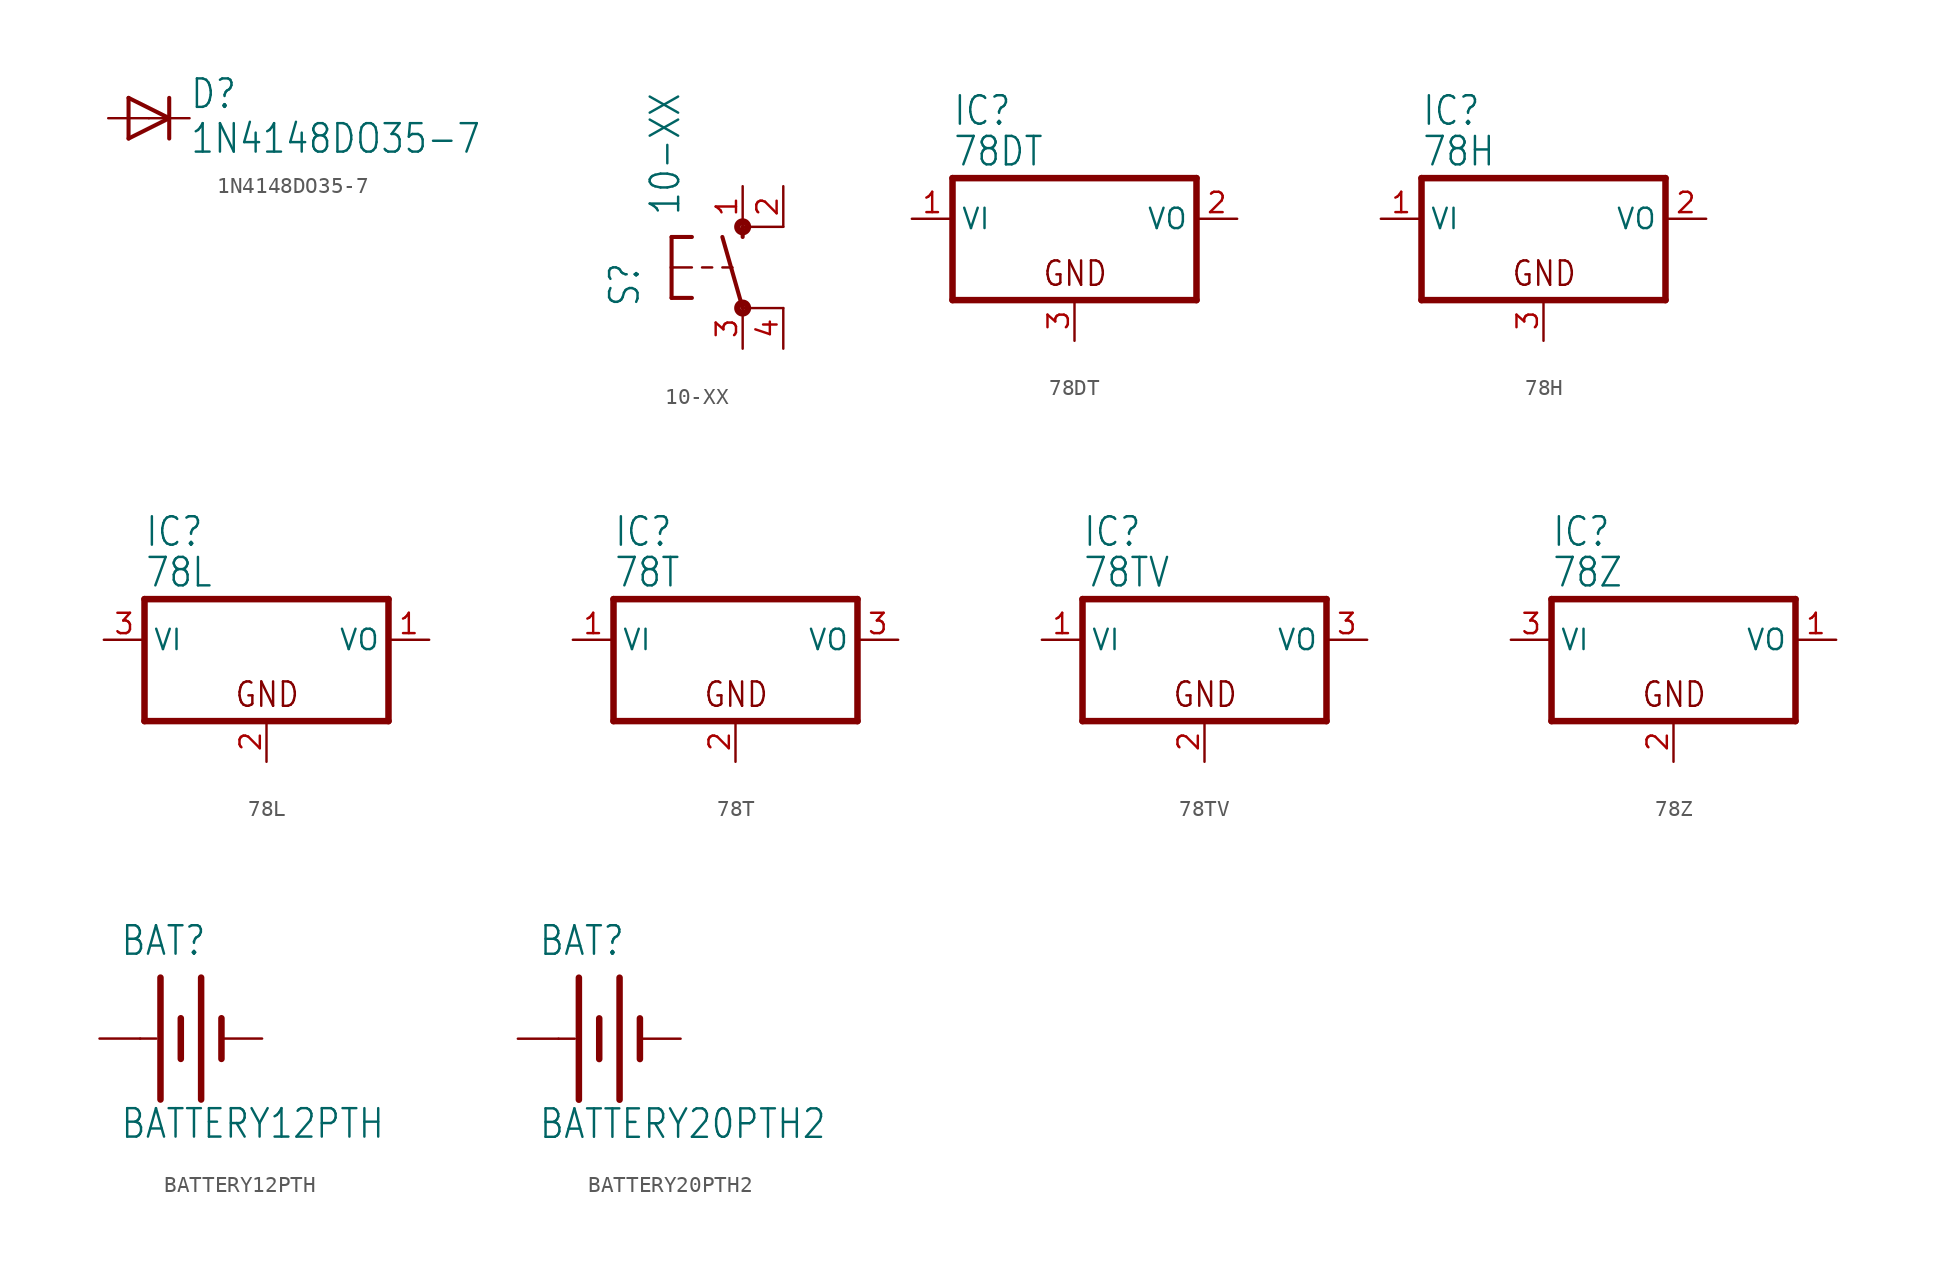
<source format=kicad_sym>
(kicad_symbol_lib
  (version 20220331)
  (generator kicad_symbol_editor)
  (symbol "1N4148DO35-7"
    (property "Reference" "D"
      (at 2.54 0.483 0)
      (effects (font (size 1.778 1.511)) (justify left bottom)))
    (property "Value" "1N4148DO35-7"
      (at 2.54 -2.311 0)
      (effects (font (size 1.778 1.511)) (justify left bottom)))
    (property "ki_locked" ""
      (at 0 0 0)
      (effects (font (size 1.27 1.27))))
    (symbol "1N4148DO35-7_1_0"
      (polyline (pts (xy -1.27 -1.27) (xy 1.27 0)) (stroke (width 0.254) (type solid)) (fill (type none)))
      (polyline (pts (xy -1.27 1.27) (xy -1.27 -1.27)) (stroke (width 0.254) (type solid)) (fill (type none)))
      (polyline (pts (xy 1.27 0) (xy -1.27 1.27)) (stroke (width 0.254) (type solid)) (fill (type none)))
      (polyline (pts (xy 1.27 0) (xy 1.27 -1.27)) (stroke (width 0.254) (type solid)) (fill (type none)))
      (polyline (pts (xy 1.27 1.27) (xy 1.27 0)) (stroke (width 0.254) (type solid)) (fill (type none)))
      (pin passive line (at -2.54 0 0) (length 2.54) (name "A" (effects (font (size 0 0)))) (number "A" (effects (font (size 0 0)))))
      (pin passive line (at 2.54 0 180) (length 2.54) (name "C" (effects (font (size 0 0)))) (number "C" (effects (font (size 0 0)))))))
  (symbol "10-XX"
    (property "Reference" "S"
      (at -6.35 -2.54 90)
      (effects (font (size 1.778 1.511)) (justify left bottom)))
    (property "Value" "10-XX"
      (at -3.81 3.175 90)
      (effects (font (size 1.778 1.511)) (justify left bottom)))
    (property "ki_locked" ""
      (at 0 0 0)
      (effects (font (size 1.27 1.27))))
    (symbol "10-XX_1_0"
      (circle (center 0 -2.54) (radius 0.127) (stroke (width 0.406) (type solid)) (fill (type none)))
      (polyline (pts (xy -4.445 -1.905) (xy -3.175 -1.905)) (stroke (width 0.254) (type solid)) (fill (type none)))
      (polyline (pts (xy -4.445 0) (xy -4.445 -1.905)) (stroke (width 0.254) (type solid)) (fill (type none)))
      (polyline (pts (xy -4.445 0) (xy -3.175 0)) (stroke (width 0.152) (type solid)) (fill (type none)))
      (polyline (pts (xy -4.445 1.905) (xy -4.445 0)) (stroke (width 0.254) (type solid)) (fill (type none)))
      (polyline (pts (xy -4.445 1.905) (xy -3.175 1.905)) (stroke (width 0.254) (type solid)) (fill (type none)))
      (polyline (pts (xy -2.54 0) (xy -1.905 0)) (stroke (width 0.152) (type solid)) (fill (type none)))
      (polyline (pts (xy -1.27 0) (xy -0.635 0)) (stroke (width 0.152) (type solid)) (fill (type none)))
      (polyline (pts (xy 0 -2.54) (xy -1.27 1.905)) (stroke (width 0.254) (type solid)) (fill (type none)))
      (polyline (pts (xy 0 1.905) (xy 0 2.54)) (stroke (width 0.254) (type solid)) (fill (type none)))
      (polyline (pts (xy 2.54 -2.54) (xy 0 -2.54)) (stroke (width 0.152) (type solid)) (fill (type none)))
      (polyline (pts (xy 2.54 2.54) (xy 0 2.54)) (stroke (width 0.152) (type solid)) (fill (type none)))
      (circle (center 0 2.54) (radius 0.127) (stroke (width 0.406) (type solid)) (fill (type none)))
      (pin passive line (at 0 5.08 270) (length 2.54) (name "S" (effects (font (size 0 0)))) (number "1" (effects (font (size 1.27 1.27)))))
      (pin passive line (at 2.54 5.08 270) (length 2.54) (name "S1" (effects (font (size 0 0)))) (number "2" (effects (font (size 1.27 1.27)))))
      (pin passive line (at 0 -5.08 90) (length 2.54) (name "P" (effects (font (size 0 0)))) (number "3" (effects (font (size 1.27 1.27)))))
      (pin passive line (at 2.54 -5.08 90) (length 2.54) (name "P1" (effects (font (size 0 0)))) (number "4" (effects (font (size 1.27 1.27)))))))
  (symbol "78DT"
    (property "Reference" "IC"
      (at -7.62 5.715 0)
      (effects (font (size 1.778 1.511)) (justify left bottom)))
    (property "Value" "78DT"
      (at -7.62 3.175 0)
      (effects (font (size 1.778 1.511)) (justify left bottom)))
    (property "ki_locked" ""
      (at 0 0 0)
      (effects (font (size 1.27 1.27))))
    (symbol "78DT_1_0"
      (polyline (pts (xy -7.62 -5.08) (xy 7.62 -5.08)) (stroke (width 0.406) (type solid)) (fill (type none)))
      (polyline (pts (xy -7.62 2.54) (xy -7.62 -5.08)) (stroke (width 0.406) (type solid)) (fill (type none)))
      (polyline (pts (xy 7.62 -5.08) (xy 7.62 2.54)) (stroke (width 0.406) (type solid)) (fill (type none)))
      (polyline (pts (xy 7.62 2.54) (xy -7.62 2.54)) (stroke (width 0.406) (type solid)) (fill (type none)))
      (text "GND" (at -2.032 -4.318 0) (effects (font (size 1.524 1.295)) (justify left bottom)))
      (pin input line (at -10.16 0 0) (length 2.54) (name "VI" (effects (font (size 1.27 1.27)))) (number "1" (effects (font (size 1.27 1.27)))))
      (pin passive line (at 10.16 0 180) (length 2.54) (name "VO" (effects (font (size 1.27 1.27)))) (number "2" (effects (font (size 1.27 1.27)))))
      (pin passive line (at 0 -7.62 90) (length 2.54) (name "GND" (effects (font (size 0 0)))) (number "3" (effects (font (size 1.27 1.27)))))))
  (symbol "78H"
    (property "Reference" "IC"
      (at -7.62 5.715 0)
      (effects (font (size 1.778 1.511)) (justify left bottom)))
    (property "Value" "78H"
      (at -7.62 3.175 0)
      (effects (font (size 1.778 1.511)) (justify left bottom)))
    (property "ki_locked" ""
      (at 0 0 0)
      (effects (font (size 1.27 1.27))))
    (symbol "78H_1_0"
      (polyline (pts (xy -7.62 -5.08) (xy 7.62 -5.08)) (stroke (width 0.406) (type solid)) (fill (type none)))
      (polyline (pts (xy -7.62 2.54) (xy -7.62 -5.08)) (stroke (width 0.406) (type solid)) (fill (type none)))
      (polyline (pts (xy 7.62 -5.08) (xy 7.62 2.54)) (stroke (width 0.406) (type solid)) (fill (type none)))
      (polyline (pts (xy 7.62 2.54) (xy -7.62 2.54)) (stroke (width 0.406) (type solid)) (fill (type none)))
      (text "GND" (at -2.032 -4.318 0) (effects (font (size 1.524 1.295)) (justify left bottom)))
      (pin input line (at -10.16 0 0) (length 2.54) (name "VI" (effects (font (size 1.27 1.27)))) (number "1" (effects (font (size 1.27 1.27)))))
      (pin passive line (at 10.16 0 180) (length 2.54) (name "VO" (effects (font (size 1.27 1.27)))) (number "2" (effects (font (size 1.27 1.27)))))
      (pin passive line (at 0 -7.62 90) (length 2.54) (name "GND" (effects (font (size 0 0)))) (number "3" (effects (font (size 1.27 1.27)))))))
  (symbol "78L"
    (property "Reference" "IC"
      (at -7.62 5.715 0)
      (effects (font (size 1.778 1.511)) (justify left bottom)))
    (property "Value" "78L"
      (at -7.62 3.175 0)
      (effects (font (size 1.778 1.511)) (justify left bottom)))
    (property "ki_locked" ""
      (at 0 0 0)
      (effects (font (size 1.27 1.27))))
    (symbol "78L_1_0"
      (polyline (pts (xy -7.62 -5.08) (xy 7.62 -5.08)) (stroke (width 0.406) (type solid)) (fill (type none)))
      (polyline (pts (xy -7.62 2.54) (xy -7.62 -5.08)) (stroke (width 0.406) (type solid)) (fill (type none)))
      (polyline (pts (xy 7.62 -5.08) (xy 7.62 2.54)) (stroke (width 0.406) (type solid)) (fill (type none)))
      (polyline (pts (xy 7.62 2.54) (xy -7.62 2.54)) (stroke (width 0.406) (type solid)) (fill (type none)))
      (text "GND" (at -2.032 -4.318 0) (effects (font (size 1.524 1.295)) (justify left bottom)))
      (pin passive line (at 10.16 0 180) (length 2.54) (name "VO" (effects (font (size 1.27 1.27)))) (number "1" (effects (font (size 1.27 1.27)))))
      (pin passive line (at 0 -7.62 90) (length 2.54) (name "GND" (effects (font (size 0 0)))) (number "2" (effects (font (size 1.27 1.27)))))
      (pin input line (at -10.16 0 0) (length 2.54) (name "VI" (effects (font (size 1.27 1.27)))) (number "3" (effects (font (size 1.27 1.27)))))))
  (symbol "78T"
    (property "Reference" "IC"
      (at -7.62 5.715 0)
      (effects (font (size 1.778 1.511)) (justify left bottom)))
    (property "Value" "78T"
      (at -7.62 3.175 0)
      (effects (font (size 1.778 1.511)) (justify left bottom)))
    (property "ki_locked" ""
      (at 0 0 0)
      (effects (font (size 1.27 1.27))))
    (symbol "78T_1_0"
      (polyline (pts (xy -7.62 -5.08) (xy 7.62 -5.08)) (stroke (width 0.406) (type solid)) (fill (type none)))
      (polyline (pts (xy -7.62 2.54) (xy -7.62 -5.08)) (stroke (width 0.406) (type solid)) (fill (type none)))
      (polyline (pts (xy 7.62 -5.08) (xy 7.62 2.54)) (stroke (width 0.406) (type solid)) (fill (type none)))
      (polyline (pts (xy 7.62 2.54) (xy -7.62 2.54)) (stroke (width 0.406) (type solid)) (fill (type none)))
      (text "GND" (at -2.032 -4.318 0) (effects (font (size 1.524 1.295)) (justify left bottom)))
      (pin input line (at -10.16 0 0) (length 2.54) (name "VI" (effects (font (size 1.27 1.27)))) (number "1" (effects (font (size 1.27 1.27)))))
      (pin passive line (at 0 -7.62 90) (length 2.54) (name "GND" (effects (font (size 0 0)))) (number "2" (effects (font (size 1.27 1.27)))))
      (pin passive line (at 10.16 0 180) (length 2.54) (name "VO" (effects (font (size 1.27 1.27)))) (number "3" (effects (font (size 1.27 1.27)))))))
  (symbol "78TV"
    (property "Reference" "IC"
      (at -7.62 5.715 0)
      (effects (font (size 1.778 1.511)) (justify left bottom)))
    (property "Value" "78TV"
      (at -7.62 3.175 0)
      (effects (font (size 1.778 1.511)) (justify left bottom)))
    (property "ki_locked" ""
      (at 0 0 0)
      (effects (font (size 1.27 1.27))))
    (symbol "78TV_1_0"
      (polyline (pts (xy -7.62 -5.08) (xy 7.62 -5.08)) (stroke (width 0.406) (type solid)) (fill (type none)))
      (polyline (pts (xy -7.62 2.54) (xy -7.62 -5.08)) (stroke (width 0.406) (type solid)) (fill (type none)))
      (polyline (pts (xy 7.62 -5.08) (xy 7.62 2.54)) (stroke (width 0.406) (type solid)) (fill (type none)))
      (polyline (pts (xy 7.62 2.54) (xy -7.62 2.54)) (stroke (width 0.406) (type solid)) (fill (type none)))
      (text "GND" (at -2.032 -4.318 0) (effects (font (size 1.524 1.295)) (justify left bottom)))
      (pin input line (at -10.16 0 0) (length 2.54) (name "VI" (effects (font (size 1.27 1.27)))) (number "1" (effects (font (size 1.27 1.27)))))
      (pin passive line (at 0 -7.62 90) (length 2.54) (name "GND" (effects (font (size 0 0)))) (number "2" (effects (font (size 1.27 1.27)))))
      (pin passive line (at 10.16 0 180) (length 2.54) (name "VO" (effects (font (size 1.27 1.27)))) (number "3" (effects (font (size 1.27 1.27)))))))
  (symbol "78Z"
    (property "Reference" "IC"
      (at -7.62 5.715 0)
      (effects (font (size 1.778 1.511)) (justify left bottom)))
    (property "Value" "78Z"
      (at -7.62 3.175 0)
      (effects (font (size 1.778 1.511)) (justify left bottom)))
    (property "ki_locked" ""
      (at 0 0 0)
      (effects (font (size 1.27 1.27))))
    (symbol "78Z_1_0"
      (polyline (pts (xy -7.62 -5.08) (xy 7.62 -5.08)) (stroke (width 0.406) (type solid)) (fill (type none)))
      (polyline (pts (xy -7.62 2.54) (xy -7.62 -5.08)) (stroke (width 0.406) (type solid)) (fill (type none)))
      (polyline (pts (xy 7.62 -5.08) (xy 7.62 2.54)) (stroke (width 0.406) (type solid)) (fill (type none)))
      (polyline (pts (xy 7.62 2.54) (xy -7.62 2.54)) (stroke (width 0.406) (type solid)) (fill (type none)))
      (text "GND" (at -2.032 -4.318 0) (effects (font (size 1.524 1.295)) (justify left bottom)))
      (pin passive line (at 10.16 0 180) (length 2.54) (name "VO" (effects (font (size 1.27 1.27)))) (number "1" (effects (font (size 1.27 1.27)))))
      (pin passive line (at 0 -7.62 90) (length 2.54) (name "GND" (effects (font (size 0 0)))) (number "2" (effects (font (size 1.27 1.27)))))
      (pin input line (at -10.16 0 0) (length 2.54) (name "VI" (effects (font (size 1.27 1.27)))) (number "3" (effects (font (size 1.27 1.27)))))))
  (symbol "BATTERY12PTH"
    (property "Reference" "BAT"
      (at -3.81 5.08 0)
      (effects (font (size 1.778 1.511)) (justify left bottom)))
    (property "Value" "BATTERY12PTH"
      (at -3.81 -6.35 0)
      (effects (font (size 1.778 1.511)) (justify left bottom)))
    (property "ki_locked" ""
      (at 0 0 0)
      (effects (font (size 1.27 1.27))))
    (symbol "BATTERY12PTH_1_0"
      (polyline (pts (xy -2.54 0) (xy -1.524 0)) (stroke (width 0.152) (type solid)) (fill (type none)))
      (polyline (pts (xy -1.27 3.81) (xy -1.27 -3.81)) (stroke (width 0.406) (type solid)) (fill (type none)))
      (polyline (pts (xy 0 1.27) (xy 0 -1.27)) (stroke (width 0.406) (type solid)) (fill (type none)))
      (polyline (pts (xy 1.27 3.81) (xy 1.27 -3.81)) (stroke (width 0.406) (type solid)) (fill (type none)))
      (polyline (pts (xy 2.54 1.27) (xy 2.54 -1.27)) (stroke (width 0.406) (type solid)) (fill (type none)))
      (pin power_in line (at 5.08 0 180) (length 2.54) (name "-" (effects (font (size 0 0)))) (number "GND" (effects (font (size 0 0)))))
      (pin power_in line (at -5.08 0 0) (length 2.54) (name "+" (effects (font (size 0 0)))) (number "VCC@1" (effects (font (size 0 0)))))))
  (symbol "BATTERY20PTH2"
    (property "Reference" "BAT"
      (at -3.81 5.08 0)
      (effects (font (size 1.778 1.511)) (justify left bottom)))
    (property "Value" "BATTERY20PTH2"
      (at -3.81 -6.35 0)
      (effects (font (size 1.778 1.511)) (justify left bottom)))
    (property "ki_locked" ""
      (at 0 0 0)
      (effects (font (size 1.27 1.27))))
    (symbol "BATTERY20PTH2_1_0"
      (polyline (pts (xy -2.54 0) (xy -1.524 0)) (stroke (width 0.152) (type solid)) (fill (type none)))
      (polyline (pts (xy -1.27 3.81) (xy -1.27 -3.81)) (stroke (width 0.406) (type solid)) (fill (type none)))
      (polyline (pts (xy 0 1.27) (xy 0 -1.27)) (stroke (width 0.406) (type solid)) (fill (type none)))
      (polyline (pts (xy 1.27 3.81) (xy 1.27 -3.81)) (stroke (width 0.406) (type solid)) (fill (type none)))
      (polyline (pts (xy 2.54 1.27) (xy 2.54 -1.27)) (stroke (width 0.406) (type solid)) (fill (type none)))
      (pin power_in line (at -5.08 0 0) (length 2.54) (name "+" (effects (font (size 0 0)))) (number "+" (effects (font (size 0 0)))))
      (pin power_in line (at 5.08 0 180) (length 2.54) (name "-" (effects (font (size 0 0)))) (number "-" (effects (font (size 0 0))))))))
</source>
